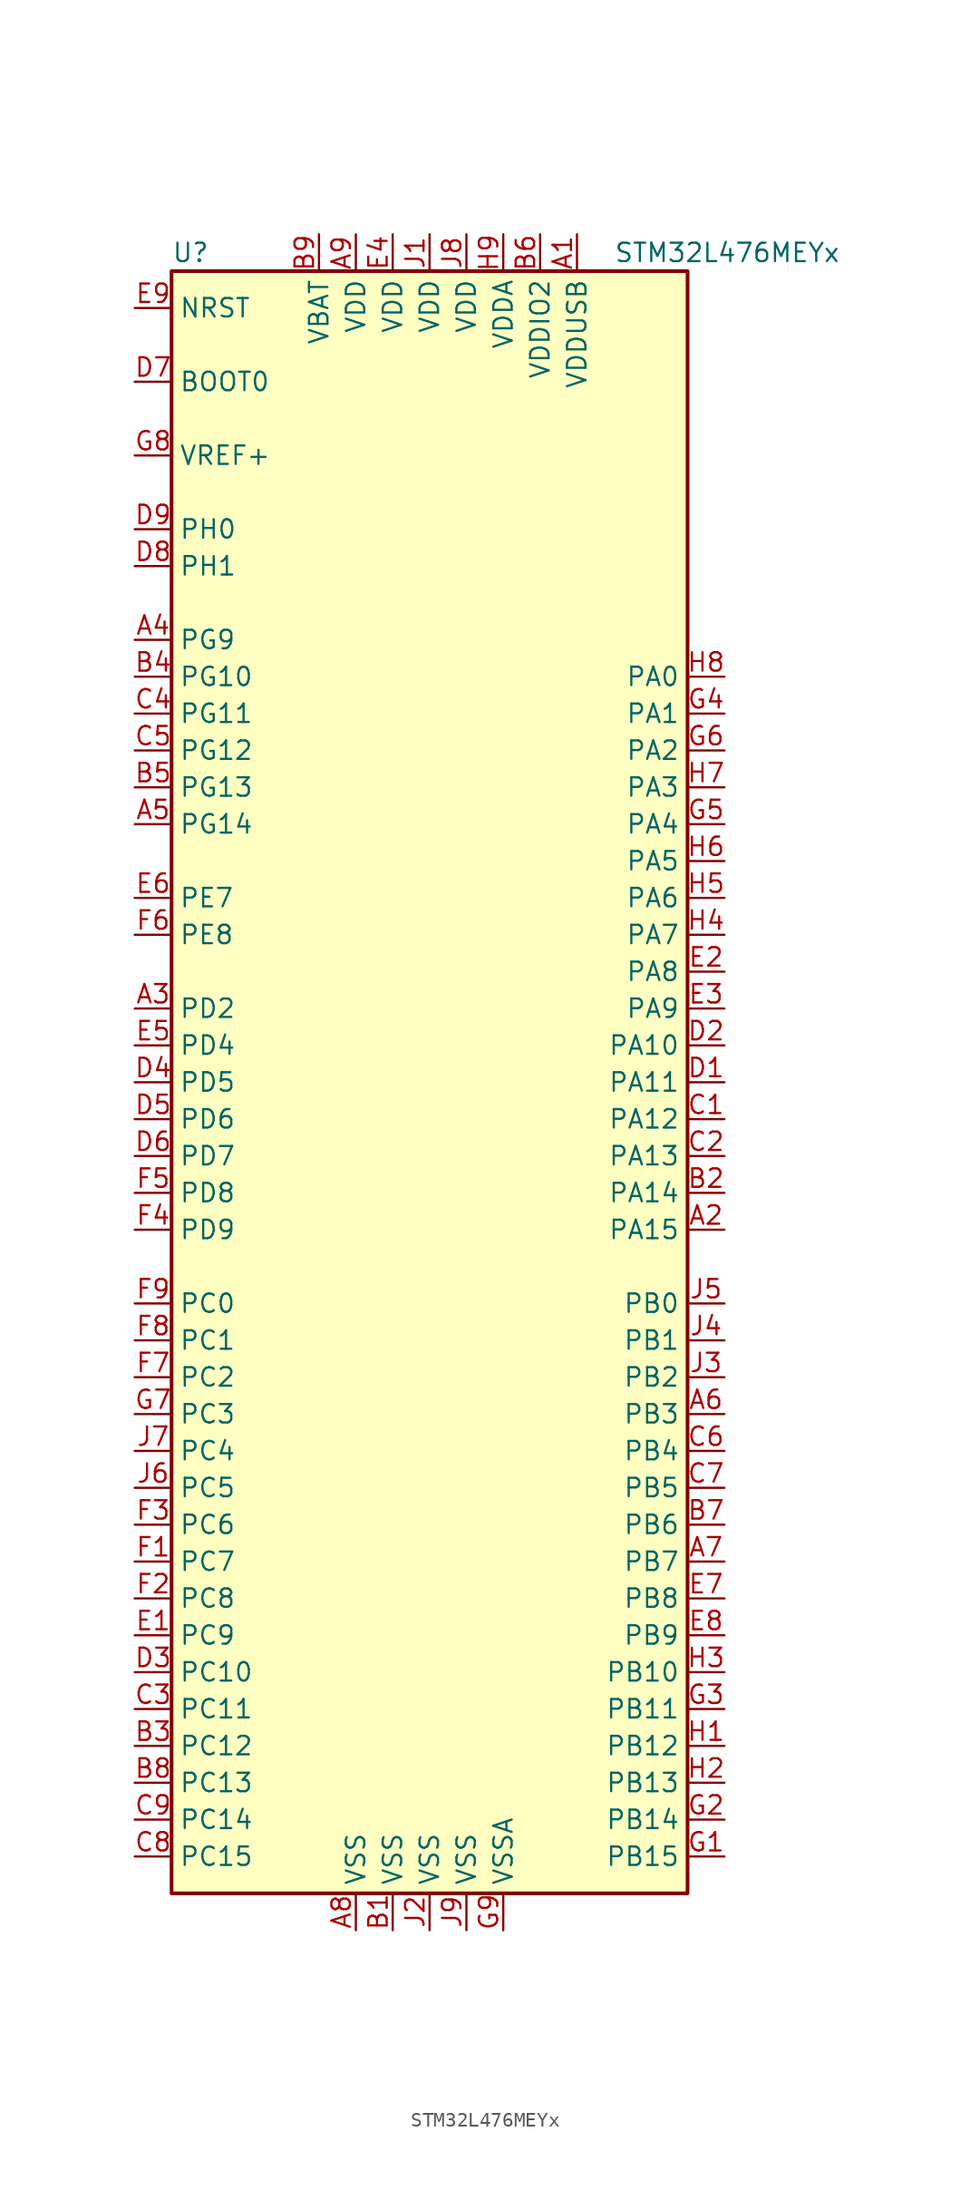
<source format=kicad_sym>
(kicad_symbol_lib
  (version 20220914)
  (generator kicad_symbol_editor)
  (symbol "STM32L476MEYx"
    (property "Reference" "U"
      (at -17.78 57.15 0)
      (effects (font (size 1.27 1.27)) (justify left)))
    (property "Value" "STM32L476MEYx"
      (at 12.7 57.15 0)
      (effects (font (size 1.27 1.27)) (justify left)))
    (symbol "STM32L476MEYx_0_1"
      (rectangle (start -17.78 -55.88) (end 17.78 55.88) (stroke (width 0.254) (type default)) (fill (type background))))
    (symbol "STM32L476MEYx_1_1"
      (pin power_in line (at 10.16 58.42 270) (length 2.54) (name "VDDUSB" (effects (font (size 1.27 1.27)))) (number "A1" (effects (font (size 1.27 1.27)))))
      (pin bidirectional line (at 20.32 -10.16 180) (length 2.54) (name "PA15" (effects (font (size 1.27 1.27)))) (number "A2" (effects (font (size 1.27 1.27)))))
      (pin bidirectional line (at -20.32 5.08 0) (length 2.54) (name "PD2" (effects (font (size 1.27 1.27)))) (number "A3" (effects (font (size 1.27 1.27)))))
      (pin bidirectional line (at -20.32 30.48 0) (length 2.54) (name "PG9" (effects (font (size 1.27 1.27)))) (number "A4" (effects (font (size 1.27 1.27)))))
      (pin bidirectional line (at -20.32 17.78 0) (length 2.54) (name "PG14" (effects (font (size 1.27 1.27)))) (number "A5" (effects (font (size 1.27 1.27)))))
      (pin bidirectional line (at 20.32 -22.86 180) (length 2.54) (name "PB3" (effects (font (size 1.27 1.27)))) (number "A6" (effects (font (size 1.27 1.27)))))
      (pin bidirectional line (at 20.32 -33.02 180) (length 2.54) (name "PB7" (effects (font (size 1.27 1.27)))) (number "A7" (effects (font (size 1.27 1.27)))))
      (pin power_in line (at -5.08 -58.42 90) (length 2.54) (name "VSS" (effects (font (size 1.27 1.27)))) (number "A8" (effects (font (size 1.27 1.27)))))
      (pin power_in line (at -5.08 58.42 270) (length 2.54) (name "VDD" (effects (font (size 1.27 1.27)))) (number "A9" (effects (font (size 1.27 1.27)))))
      (pin power_in line (at -2.54 -58.42 90) (length 2.54) (name "VSS" (effects (font (size 1.27 1.27)))) (number "B1" (effects (font (size 1.27 1.27)))))
      (pin bidirectional line (at 20.32 -7.62 180) (length 2.54) (name "PA14" (effects (font (size 1.27 1.27)))) (number "B2" (effects (font (size 1.27 1.27)))))
      (pin bidirectional line (at -20.32 -45.72 0) (length 2.54) (name "PC12" (effects (font (size 1.27 1.27)))) (number "B3" (effects (font (size 1.27 1.27)))))
      (pin bidirectional line (at -20.32 27.94 0) (length 2.54) (name "PG10" (effects (font (size 1.27 1.27)))) (number "B4" (effects (font (size 1.27 1.27)))))
      (pin bidirectional line (at -20.32 20.32 0) (length 2.54) (name "PG13" (effects (font (size 1.27 1.27)))) (number "B5" (effects (font (size 1.27 1.27)))))
      (pin power_in line (at 7.62 58.42 270) (length 2.54) (name "VDDIO2" (effects (font (size 1.27 1.27)))) (number "B6" (effects (font (size 1.27 1.27)))))
      (pin bidirectional line (at 20.32 -30.48 180) (length 2.54) (name "PB6" (effects (font (size 1.27 1.27)))) (number "B7" (effects (font (size 1.27 1.27)))))
      (pin bidirectional line (at -20.32 -48.26 0) (length 2.54) (name "PC13" (effects (font (size 1.27 1.27)))) (number "B8" (effects (font (size 1.27 1.27)))))
      (pin power_in line (at -7.62 58.42 270) (length 2.54) (name "VBAT" (effects (font (size 1.27 1.27)))) (number "B9" (effects (font (size 1.27 1.27)))))
      (pin bidirectional line (at 20.32 -2.54 180) (length 2.54) (name "PA12" (effects (font (size 1.27 1.27)))) (number "C1" (effects (font (size 1.27 1.27)))))
      (pin bidirectional line (at 20.32 -5.08 180) (length 2.54) (name "PA13" (effects (font (size 1.27 1.27)))) (number "C2" (effects (font (size 1.27 1.27)))))
      (pin bidirectional line (at -20.32 -43.18 0) (length 2.54) (name "PC11" (effects (font (size 1.27 1.27)))) (number "C3" (effects (font (size 1.27 1.27)))))
      (pin bidirectional line (at -20.32 25.4 0) (length 2.54) (name "PG11" (effects (font (size 1.27 1.27)))) (number "C4" (effects (font (size 1.27 1.27)))))
      (pin bidirectional line (at -20.32 22.86 0) (length 2.54) (name "PG12" (effects (font (size 1.27 1.27)))) (number "C5" (effects (font (size 1.27 1.27)))))
      (pin bidirectional line (at 20.32 -25.4 180) (length 2.54) (name "PB4" (effects (font (size 1.27 1.27)))) (number "C6" (effects (font (size 1.27 1.27)))))
      (pin bidirectional line (at 20.32 -27.94 180) (length 2.54) (name "PB5" (effects (font (size 1.27 1.27)))) (number "C7" (effects (font (size 1.27 1.27)))))
      (pin bidirectional line (at -20.32 -53.34 0) (length 2.54) (name "PC15" (effects (font (size 1.27 1.27)))) (number "C8" (effects (font (size 1.27 1.27)))))
      (pin bidirectional line (at -20.32 -50.8 0) (length 2.54) (name "PC14" (effects (font (size 1.27 1.27)))) (number "C9" (effects (font (size 1.27 1.27)))))
      (pin bidirectional line (at 20.32 0 180) (length 2.54) (name "PA11" (effects (font (size 1.27 1.27)))) (number "D1" (effects (font (size 1.27 1.27)))))
      (pin bidirectional line (at 20.32 2.54 180) (length 2.54) (name "PA10" (effects (font (size 1.27 1.27)))) (number "D2" (effects (font (size 1.27 1.27)))))
      (pin bidirectional line (at -20.32 -40.64 0) (length 2.54) (name "PC10" (effects (font (size 1.27 1.27)))) (number "D3" (effects (font (size 1.27 1.27)))))
      (pin bidirectional line (at -20.32 0 0) (length 2.54) (name "PD5" (effects (font (size 1.27 1.27)))) (number "D4" (effects (font (size 1.27 1.27)))))
      (pin bidirectional line (at -20.32 -2.54 0) (length 2.54) (name "PD6" (effects (font (size 1.27 1.27)))) (number "D5" (effects (font (size 1.27 1.27)))))
      (pin bidirectional line (at -20.32 -5.08 0) (length 2.54) (name "PD7" (effects (font (size 1.27 1.27)))) (number "D6" (effects (font (size 1.27 1.27)))))
      (pin input line (at -20.32 48.26 0) (length 2.54) (name "BOOT0" (effects (font (size 1.27 1.27)))) (number "D7" (effects (font (size 1.27 1.27)))))
      (pin input line (at -20.32 35.56 0) (length 2.54) (name "PH1" (effects (font (size 1.27 1.27)))) (number "D8" (effects (font (size 1.27 1.27)))))
      (pin input line (at -20.32 38.1 0) (length 2.54) (name "PH0" (effects (font (size 1.27 1.27)))) (number "D9" (effects (font (size 1.27 1.27)))))
      (pin bidirectional line (at -20.32 -38.1 0) (length 2.54) (name "PC9" (effects (font (size 1.27 1.27)))) (number "E1" (effects (font (size 1.27 1.27)))))
      (pin bidirectional line (at 20.32 7.62 180) (length 2.54) (name "PA8" (effects (font (size 1.27 1.27)))) (number "E2" (effects (font (size 1.27 1.27)))))
      (pin bidirectional line (at 20.32 5.08 180) (length 2.54) (name "PA9" (effects (font (size 1.27 1.27)))) (number "E3" (effects (font (size 1.27 1.27)))))
      (pin power_in line (at -2.54 58.42 270) (length 2.54) (name "VDD" (effects (font (size 1.27 1.27)))) (number "E4" (effects (font (size 1.27 1.27)))))
      (pin bidirectional line (at -20.32 2.54 0) (length 2.54) (name "PD4" (effects (font (size 1.27 1.27)))) (number "E5" (effects (font (size 1.27 1.27)))))
      (pin bidirectional line (at -20.32 12.7 0) (length 2.54) (name "PE7" (effects (font (size 1.27 1.27)))) (number "E6" (effects (font (size 1.27 1.27)))))
      (pin bidirectional line (at 20.32 -35.56 180) (length 2.54) (name "PB8" (effects (font (size 1.27 1.27)))) (number "E7" (effects (font (size 1.27 1.27)))))
      (pin bidirectional line (at 20.32 -38.1 180) (length 2.54) (name "PB9" (effects (font (size 1.27 1.27)))) (number "E8" (effects (font (size 1.27 1.27)))))
      (pin input line (at -20.32 53.34 0) (length 2.54) (name "NRST" (effects (font (size 1.27 1.27)))) (number "E9" (effects (font (size 1.27 1.27)))))
      (pin bidirectional line (at -20.32 -33.02 0) (length 2.54) (name "PC7" (effects (font (size 1.27 1.27)))) (number "F1" (effects (font (size 1.27 1.27)))))
      (pin bidirectional line (at -20.32 -35.56 0) (length 2.54) (name "PC8" (effects (font (size 1.27 1.27)))) (number "F2" (effects (font (size 1.27 1.27)))))
      (pin bidirectional line (at -20.32 -30.48 0) (length 2.54) (name "PC6" (effects (font (size 1.27 1.27)))) (number "F3" (effects (font (size 1.27 1.27)))))
      (pin bidirectional line (at -20.32 -10.16 0) (length 2.54) (name "PD9" (effects (font (size 1.27 1.27)))) (number "F4" (effects (font (size 1.27 1.27)))))
      (pin bidirectional line (at -20.32 -7.62 0) (length 2.54) (name "PD8" (effects (font (size 1.27 1.27)))) (number "F5" (effects (font (size 1.27 1.27)))))
      (pin bidirectional line (at -20.32 10.16 0) (length 2.54) (name "PE8" (effects (font (size 1.27 1.27)))) (number "F6" (effects (font (size 1.27 1.27)))))
      (pin bidirectional line (at -20.32 -20.32 0) (length 2.54) (name "PC2" (effects (font (size 1.27 1.27)))) (number "F7" (effects (font (size 1.27 1.27)))))
      (pin bidirectional line (at -20.32 -17.78 0) (length 2.54) (name "PC1" (effects (font (size 1.27 1.27)))) (number "F8" (effects (font (size 1.27 1.27)))))
      (pin bidirectional line (at -20.32 -15.24 0) (length 2.54) (name "PC0" (effects (font (size 1.27 1.27)))) (number "F9" (effects (font (size 1.27 1.27)))))
      (pin bidirectional line (at 20.32 -53.34 180) (length 2.54) (name "PB15" (effects (font (size 1.27 1.27)))) (number "G1" (effects (font (size 1.27 1.27)))))
      (pin bidirectional line (at 20.32 -50.8 180) (length 2.54) (name "PB14" (effects (font (size 1.27 1.27)))) (number "G2" (effects (font (size 1.27 1.27)))))
      (pin bidirectional line (at 20.32 -43.18 180) (length 2.54) (name "PB11" (effects (font (size 1.27 1.27)))) (number "G3" (effects (font (size 1.27 1.27)))))
      (pin bidirectional line (at 20.32 25.4 180) (length 2.54) (name "PA1" (effects (font (size 1.27 1.27)))) (number "G4" (effects (font (size 1.27 1.27)))))
      (pin bidirectional line (at 20.32 17.78 180) (length 2.54) (name "PA4" (effects (font (size 1.27 1.27)))) (number "G5" (effects (font (size 1.27 1.27)))))
      (pin bidirectional line (at 20.32 22.86 180) (length 2.54) (name "PA2" (effects (font (size 1.27 1.27)))) (number "G6" (effects (font (size 1.27 1.27)))))
      (pin bidirectional line (at -20.32 -22.86 0) (length 2.54) (name "PC3" (effects (font (size 1.27 1.27)))) (number "G7" (effects (font (size 1.27 1.27)))))
      (pin bidirectional line (at -20.32 43.18 0) (length 2.54) (name "VREF+" (effects (font (size 1.27 1.27)))) (number "G8" (effects (font (size 1.27 1.27)))))
      (pin power_in line (at 5.08 -58.42 90) (length 2.54) (name "VSSA" (effects (font (size 1.27 1.27)))) (number "G9" (effects (font (size 1.27 1.27)))))
      (pin bidirectional line (at 20.32 -45.72 180) (length 2.54) (name "PB12" (effects (font (size 1.27 1.27)))) (number "H1" (effects (font (size 1.27 1.27)))))
      (pin bidirectional line (at 20.32 -48.26 180) (length 2.54) (name "PB13" (effects (font (size 1.27 1.27)))) (number "H2" (effects (font (size 1.27 1.27)))))
      (pin bidirectional line (at 20.32 -40.64 180) (length 2.54) (name "PB10" (effects (font (size 1.27 1.27)))) (number "H3" (effects (font (size 1.27 1.27)))))
      (pin bidirectional line (at 20.32 10.16 180) (length 2.54) (name "PA7" (effects (font (size 1.27 1.27)))) (number "H4" (effects (font (size 1.27 1.27)))))
      (pin bidirectional line (at 20.32 12.7 180) (length 2.54) (name "PA6" (effects (font (size 1.27 1.27)))) (number "H5" (effects (font (size 1.27 1.27)))))
      (pin bidirectional line (at 20.32 15.24 180) (length 2.54) (name "PA5" (effects (font (size 1.27 1.27)))) (number "H6" (effects (font (size 1.27 1.27)))))
      (pin bidirectional line (at 20.32 20.32 180) (length 2.54) (name "PA3" (effects (font (size 1.27 1.27)))) (number "H7" (effects (font (size 1.27 1.27)))))
      (pin bidirectional line (at 20.32 27.94 180) (length 2.54) (name "PA0" (effects (font (size 1.27 1.27)))) (number "H8" (effects (font (size 1.27 1.27)))))
      (pin power_in line (at 5.08 58.42 270) (length 2.54) (name "VDDA" (effects (font (size 1.27 1.27)))) (number "H9" (effects (font (size 1.27 1.27)))))
      (pin power_in line (at 0 58.42 270) (length 2.54) (name "VDD" (effects (font (size 1.27 1.27)))) (number "J1" (effects (font (size 1.27 1.27)))))
      (pin power_in line (at 0 -58.42 90) (length 2.54) (name "VSS" (effects (font (size 1.27 1.27)))) (number "J2" (effects (font (size 1.27 1.27)))))
      (pin bidirectional line (at 20.32 -20.32 180) (length 2.54) (name "PB2" (effects (font (size 1.27 1.27)))) (number "J3" (effects (font (size 1.27 1.27)))))
      (pin bidirectional line (at 20.32 -17.78 180) (length 2.54) (name "PB1" (effects (font (size 1.27 1.27)))) (number "J4" (effects (font (size 1.27 1.27)))))
      (pin bidirectional line (at 20.32 -15.24 180) (length 2.54) (name "PB0" (effects (font (size 1.27 1.27)))) (number "J5" (effects (font (size 1.27 1.27)))))
      (pin bidirectional line (at -20.32 -27.94 0) (length 2.54) (name "PC5" (effects (font (size 1.27 1.27)))) (number "J6" (effects (font (size 1.27 1.27)))))
      (pin bidirectional line (at -20.32 -25.4 0) (length 2.54) (name "PC4" (effects (font (size 1.27 1.27)))) (number "J7" (effects (font (size 1.27 1.27)))))
      (pin power_in line (at 2.54 58.42 270) (length 2.54) (name "VDD" (effects (font (size 1.27 1.27)))) (number "J8" (effects (font (size 1.27 1.27)))))
      (pin power_in line (at 2.54 -58.42 90) (length 2.54) (name "VSS" (effects (font (size 1.27 1.27)))) (number "J9" (effects (font (size 1.27 1.27))))))))
</source>
